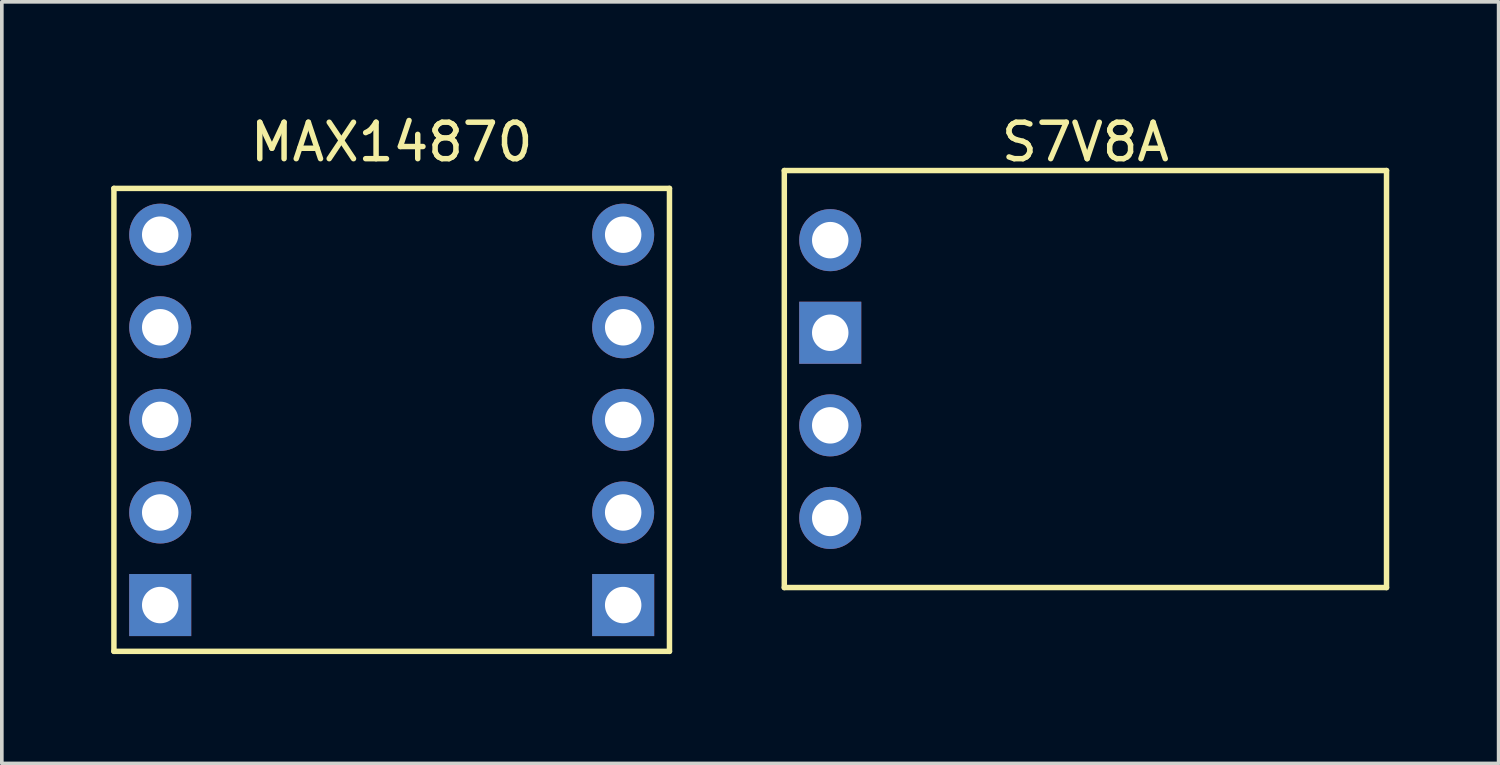
<source format=kicad_pcb>
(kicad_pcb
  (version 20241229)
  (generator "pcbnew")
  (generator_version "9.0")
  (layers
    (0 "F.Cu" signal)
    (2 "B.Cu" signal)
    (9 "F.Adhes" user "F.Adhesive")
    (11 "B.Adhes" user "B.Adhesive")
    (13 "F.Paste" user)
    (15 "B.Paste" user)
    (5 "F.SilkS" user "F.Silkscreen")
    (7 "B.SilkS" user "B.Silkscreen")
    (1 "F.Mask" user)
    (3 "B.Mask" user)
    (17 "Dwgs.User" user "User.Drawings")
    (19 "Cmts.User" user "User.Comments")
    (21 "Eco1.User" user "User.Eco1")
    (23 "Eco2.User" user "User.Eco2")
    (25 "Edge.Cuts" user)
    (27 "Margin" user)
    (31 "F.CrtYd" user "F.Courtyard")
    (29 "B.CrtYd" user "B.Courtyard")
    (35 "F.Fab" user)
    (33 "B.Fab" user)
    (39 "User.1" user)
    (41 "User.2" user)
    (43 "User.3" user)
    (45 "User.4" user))
  (footprint "S7V8A"
    (layer "F.Cu")
    (at 26.725 7.348)
    (property "Reference" "S7V8A" (at 0 -6.5 0) (layer "F.SilkS") (effects (font (size 1 1) (thickness 0.15))))
    (attr through_hole)
    (fp_line (start -8.26 -5.72) (end -8.26 5.72) (stroke (width 0.15) (type solid)) (layer "F.SilkS"))
    (fp_line (start -8.26 5.72) (end 8.26 5.72) (stroke (width 0.15) (type solid)) (layer "F.SilkS"))
    (fp_line (start 8.26 -5.72) (end -8.26 -5.72) (stroke (width 0.15) (type solid)) (layer "F.SilkS"))
    (fp_line (start 8.26 5.72) (end 8.26 -5.72) (stroke (width 0.15) (type solid)) (layer "F.SilkS"))
    (pad "1" thru_hole circle (at -7 -3.81) (size 1.702 1.702) (drill 1) (layers "*.Cu" "*.Mask"))
    (pad "2" thru_hole rect (at -7 -1.27) (size 1.702 1.702) (drill 1) (layers "*.Cu" "*.Mask"))
    (pad "3" thru_hole circle (at -7 1.27) (size 1.702 1.702) (drill 1) (layers "*.Cu" "*.Mask"))
    (pad "4" thru_hole circle (at -7 3.81) (size 1.702 1.702) (drill 1) (layers "*.Cu" "*.Mask")))
  (footprint "MAX14870"
    (layer "F.Cu")
    (at 7.695 8.468)
    (property "Reference" "MAX14870" (at 0 -7.62 0) (layer "F.SilkS") (effects (font (size 1 1) (thickness 0.15))))
    (attr through_hole)
    (fp_line (start -7.62 -6.35) (end -7.62 6.35) (stroke (width 0.15) (type solid)) (layer "F.SilkS"))
    (fp_line (start -7.62 6.35) (end 7.62 6.35) (stroke (width 0.15) (type solid)) (layer "F.SilkS"))
    (fp_line (start 7.62 -6.35) (end -7.62 -6.35) (stroke (width 0.15) (type solid)) (layer "F.SilkS"))
    (fp_line (start 7.62 6.35) (end 7.62 -6.35) (stroke (width 0.15) (type solid)) (layer "F.SilkS"))
    (pad "1" thru_hole circle (at -6.35 -5.08) (size 1.702 1.702) (drill 1) (layers "*.Cu" "*.Mask"))
    (pad "2" thru_hole circle (at -6.35 -2.54) (size 1.702 1.702) (drill 1) (layers "*.Cu" "*.Mask"))
    (pad "3" thru_hole circle (at -6.35 0) (size 1.702 1.702) (drill 1) (layers "*.Cu" "*.Mask"))
    (pad "4" thru_hole circle (at -6.35 2.54) (size 1.702 1.702) (drill 1) (layers "*.Cu" "*.Mask"))
    (pad "5" thru_hole rect (at -6.35 5.08) (size 1.702 1.702) (drill 1) (layers "*.Cu" "*.Mask"))
    (pad "6" thru_hole rect (at 6.35 5.08) (size 1.702 1.702) (drill 1) (layers "*.Cu" "*.Mask"))
    (pad "7" thru_hole circle (at 6.35 2.54) (size 1.702 1.702) (drill 1) (layers "*.Cu" "*.Mask"))
    (pad "8" thru_hole circle (at 6.35 0) (size 1.702 1.702) (drill 1) (layers "*.Cu" "*.Mask"))
    (pad "9" thru_hole circle (at 6.35 -2.54) (size 1.702 1.702) (drill 1) (layers "*.Cu" "*.Mask"))
    (pad "10" thru_hole circle (at 6.35 -5.08) (size 1.702 1.702) (drill 1) (layers "*.Cu" "*.Mask")))
  (gr_rect
    (start -3 -3)
    (end 38.06 17.893)
    (stroke (width 0.1) (type default))
    (fill no)
    (layer "Edge.Cuts")))
</source>
